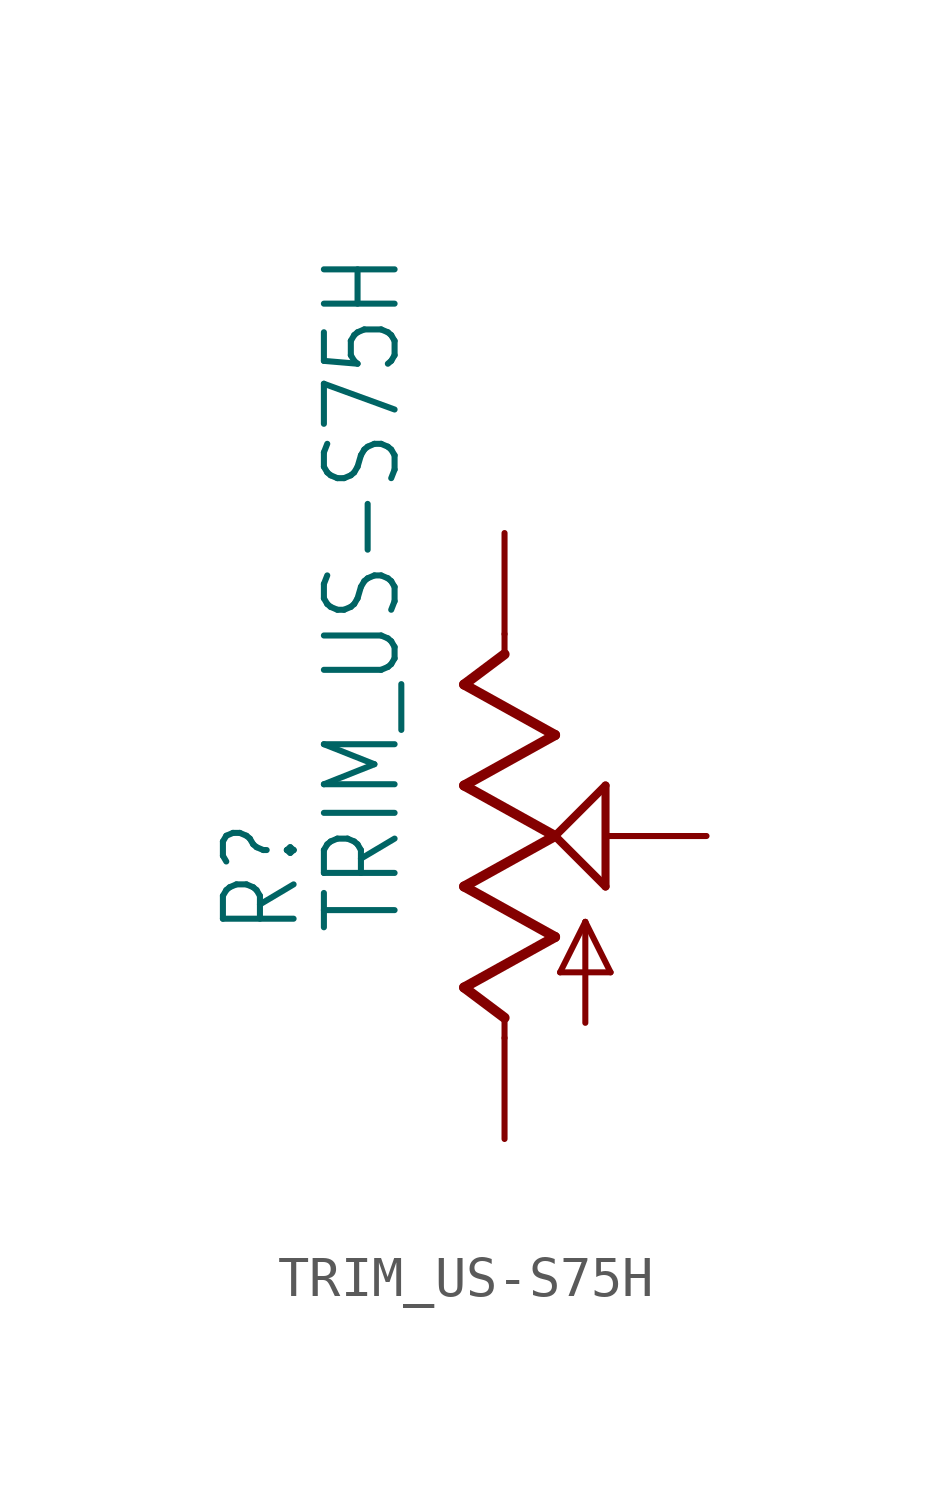
<source format=kicad_sym>
(kicad_symbol_lib
  (version 20211014)
  (generator kicad_symbol_editor)
  (symbol "TRIM_US-S75H"
    (property "Reference" "R"
      (at -5.08 -2.54 90)
      (effects (font (size 1.778 1.511)) (justify left bottom)))
    (property "Value" "TRIM_US-S75H"
      (at -2.54 -2.54 90)
      (effects (font (size 1.778 1.511)) (justify left bottom)))
    (property "ki_locked" ""
      (at 0 0 0)
      (effects (font (size 1.27 1.27))))
    (symbol "TRIM_US-S75H_1_0"
      (polyline (pts (xy -1.016 -3.81) (xy 1.27 -2.54)) (stroke (width 0.254) (type default) (color 0 0 0 0)) (fill (type none)))
      (polyline (pts (xy -1.016 -1.27) (xy 1.27 0)) (stroke (width 0.254) (type default) (color 0 0 0 0)) (fill (type none)))
      (polyline (pts (xy -1.016 1.27) (xy 1.27 2.54)) (stroke (width 0.254) (type default) (color 0 0 0 0)) (fill (type none)))
      (polyline (pts (xy -1.016 3.81) (xy 0 4.572)) (stroke (width 0.254) (type default) (color 0 0 0 0)) (fill (type none)))
      (polyline (pts (xy 0 -5.08) (xy 0 -4.572)) (stroke (width 0.152) (type default) (color 0 0 0 0)) (fill (type none)))
      (polyline (pts (xy 0 -4.572) (xy -1.016 -3.81)) (stroke (width 0.254) (type default) (color 0 0 0 0)) (fill (type none)))
      (polyline (pts (xy 0 4.572) (xy 0 5.08)) (stroke (width 0.152) (type default) (color 0 0 0 0)) (fill (type none)))
      (polyline (pts (xy 1.27 -2.54) (xy -1.016 -1.27)) (stroke (width 0.254) (type default) (color 0 0 0 0)) (fill (type none)))
      (polyline (pts (xy 1.27 0) (xy -1.016 1.27)) (stroke (width 0.254) (type default) (color 0 0 0 0)) (fill (type none)))
      (polyline (pts (xy 1.27 0) (xy 2.54 1.27)) (stroke (width 0.203) (type default) (color 0 0 0 0)) (fill (type none)))
      (polyline (pts (xy 1.27 2.54) (xy -1.016 3.81)) (stroke (width 0.254) (type default) (color 0 0 0 0)) (fill (type none)))
      (polyline (pts (xy 1.397 -3.429) (xy 2.032 -2.159)) (stroke (width 0.152) (type default) (color 0 0 0 0)) (fill (type none)))
      (polyline (pts (xy 2.032 -4.699) (xy 2.032 -2.159)) (stroke (width 0.152) (type default) (color 0 0 0 0)) (fill (type none)))
      (polyline (pts (xy 2.032 -2.159) (xy 2.667 -3.429)) (stroke (width 0.152) (type default) (color 0 0 0 0)) (fill (type none)))
      (polyline (pts (xy 2.54 -1.27) (xy 1.27 0)) (stroke (width 0.203) (type default) (color 0 0 0 0)) (fill (type none)))
      (polyline (pts (xy 2.54 1.27) (xy 2.54 -1.27)) (stroke (width 0.203) (type default) (color 0 0 0 0)) (fill (type none)))
      (polyline (pts (xy 2.667 -3.429) (xy 1.397 -3.429)) (stroke (width 0.152) (type default) (color 0 0 0 0)) (fill (type none)))
      (pin passive line (at 0 -7.62 90) (length 2.54) (name "A" (effects (font (size 0 0)))) (number "A" (effects (font (size 0 0)))))
      (pin passive line (at 0 7.62 270) (length 2.54) (name "E" (effects (font (size 0 0)))) (number "E" (effects (font (size 0 0)))))
      (pin passive line (at 5.08 0 180) (length 2.54) (name "S" (effects (font (size 0 0)))) (number "S" (effects (font (size 0 0))))))))
</source>
